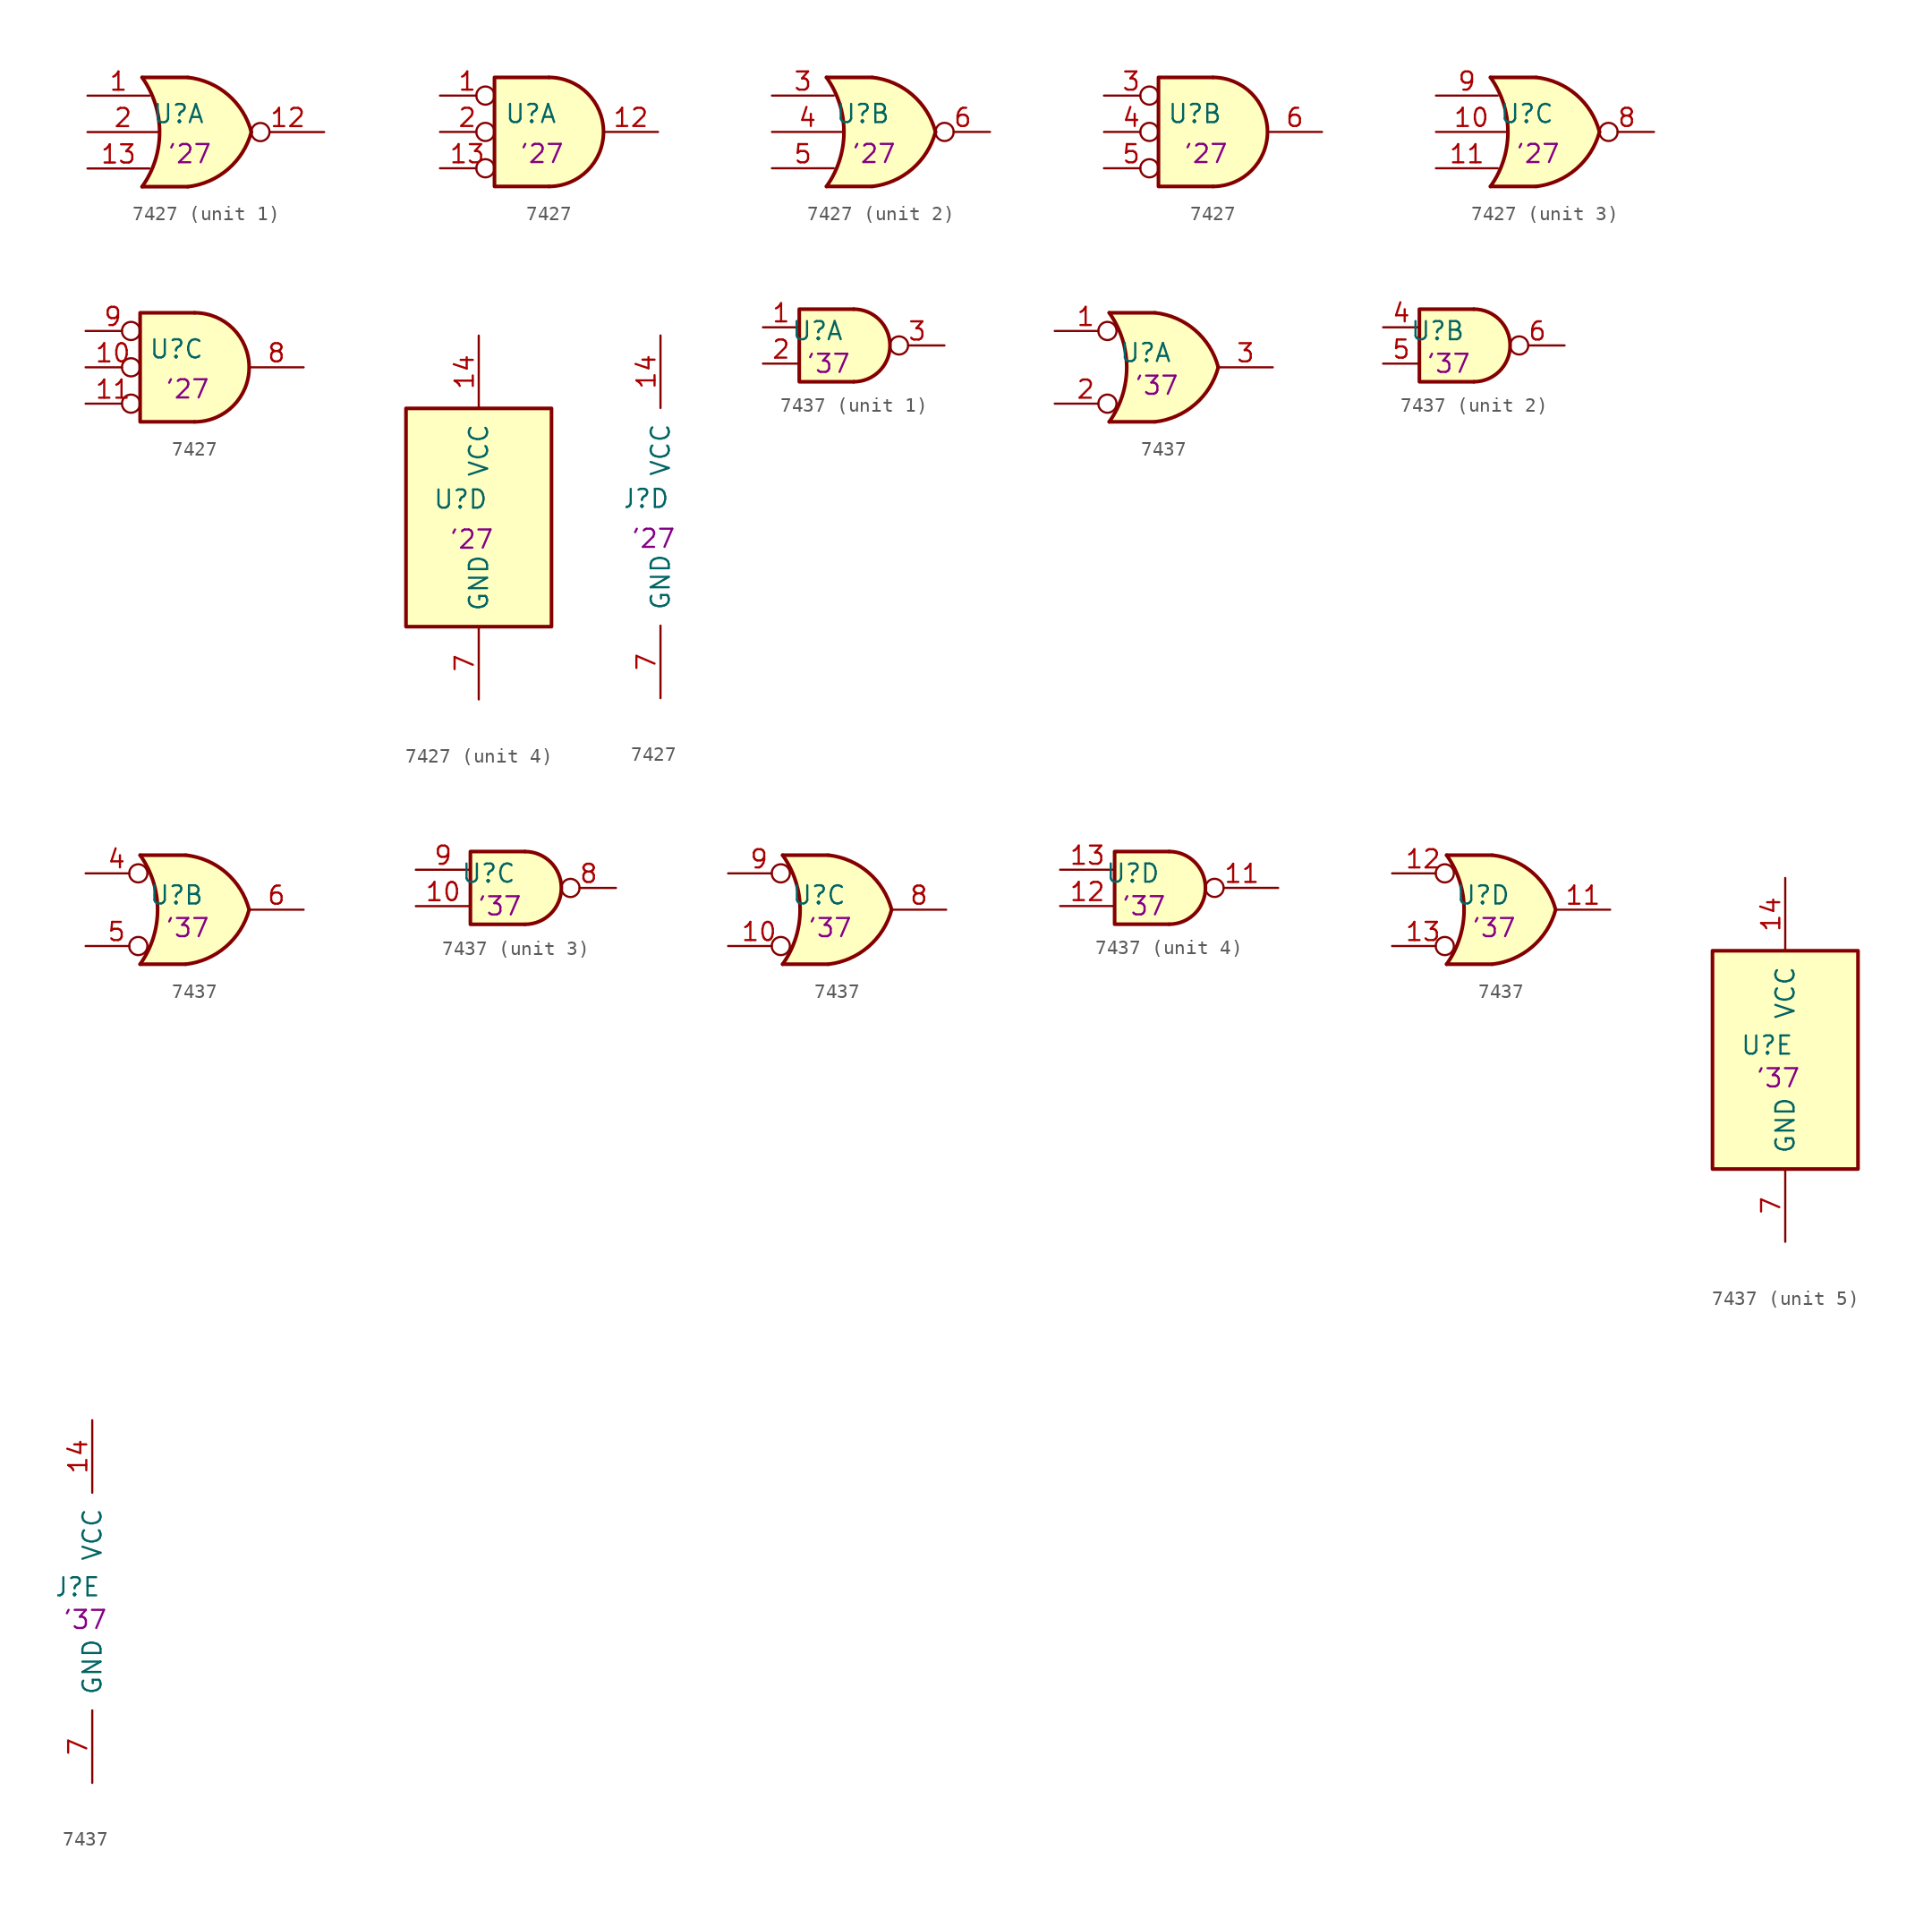
<source format=kicad_sym>
(kicad_symbol_lib
  (version 20241209)
  (generator "kicad_symbol_editor")
  (generator_version "9.0")
  (symbol "7427"
    (pin_names
      (offset 1.016))
    (property "Reference" "U"
      (at -1.27 1.27 0)
      (effects (font (size 1.27 1.27))))
    (property "Val" "'27"
      (at -0.508 -1.524 0)
      (effects (font (size 1.27 1.27))))
    (property "ki_locked" ""
      (at 0 0 0)
      (effects (font (size 1.27 1.27))))
    (symbol "7427_1_1"
      (arc (start -3.81 3.81) (mid -2.589 0) (end -3.81 -3.81) (stroke (width 0.254) (type default)) (fill (type none)))
      (polyline (pts (xy -3.81 3.81) (xy -0.635 3.81)) (stroke (width 0.254) (type default)) (fill (type background)))
      (polyline (pts (xy -3.81 -3.81) (xy -0.635 -3.81)) (stroke (width 0.254) (type default)) (fill (type background)))
      (arc (start 3.81 0) (mid 2.1855 -2.584) (end -0.6096 -3.81) (stroke (width 0.254) (type default)) (fill (type background)))
      (arc (start -0.6096 3.81) (mid 2.1928 2.5924) (end 3.81 0) (stroke (width 0.254) (type default)) (fill (type background)))
      (polyline (pts (xy -0.635 3.81) (xy -3.81 3.81) (xy -3.81 3.81) (xy -3.556 3.404) (xy -3.023 2.261) (xy -2.692 1.041) (xy -2.616 -0.254) (xy -2.769 -1.499) (xy -3.175 -2.718) (xy -3.81 -3.81) (xy -3.81 -3.81) (xy -0.635 -3.81)) (stroke (width -25.4) (type default)) (fill (type background)))
      (pin input line (at -7.62 2.54 0) (length 4.318) (name "~" (effects (font (size 1.27 1.27)))) (number "1" (effects (font (size 1.27 1.27)))))
      (pin input line (at -7.62 0 0) (length 4.953) (name "~" (effects (font (size 1.27 1.27)))) (number "2" (effects (font (size 1.27 1.27)))))
      (pin input line (at -7.62 -2.54 0) (length 4.318) (name "~" (effects (font (size 1.27 1.27)))) (number "13" (effects (font (size 1.27 1.27)))))
      (pin output inverted (at 8.89 0 180) (length 5.08) (name "~" (effects (font (size 1.27 1.27)))) (number "12" (effects (font (size 1.27 1.27))))))
    (symbol "7427_1_2"
      (arc (start 0 3.81) (mid 3.7934 0) (end 0 -3.81) (stroke (width 0.254) (type default)) (fill (type background)))
      (polyline (pts (xy 0 3.81) (xy -3.81 3.81) (xy -3.81 -3.81) (xy 0 -3.81)) (stroke (width 0.254) (type default)) (fill (type background)))
      (pin input inverted (at -7.62 2.54 0) (length 3.81) (name "~" (effects (font (size 1.27 1.27)))) (number "1" (effects (font (size 1.27 1.27)))))
      (pin input inverted (at -7.62 0 0) (length 3.81) (name "~" (effects (font (size 1.27 1.27)))) (number "2" (effects (font (size 1.27 1.27)))))
      (pin input inverted (at -7.62 -2.54 0) (length 3.81) (name "~" (effects (font (size 1.27 1.27)))) (number "13" (effects (font (size 1.27 1.27)))))
      (pin output line (at 7.62 0 180) (length 3.81) (name "~" (effects (font (size 1.27 1.27)))) (number "12" (effects (font (size 1.27 1.27))))))
    (symbol "7427_2_1"
      (arc (start -3.81 3.81) (mid -2.589 0) (end -3.81 -3.81) (stroke (width 0.254) (type default)) (fill (type none)))
      (polyline (pts (xy -3.81 3.81) (xy -0.635 3.81)) (stroke (width 0.254) (type default)) (fill (type background)))
      (polyline (pts (xy -3.81 -3.81) (xy -0.635 -3.81)) (stroke (width 0.254) (type default)) (fill (type background)))
      (arc (start 3.81 0) (mid 2.1855 -2.584) (end -0.6096 -3.81) (stroke (width 0.254) (type default)) (fill (type background)))
      (arc (start -0.6096 3.81) (mid 2.1928 2.5924) (end 3.81 0) (stroke (width 0.254) (type default)) (fill (type background)))
      (polyline (pts (xy -0.635 3.81) (xy -3.81 3.81) (xy -3.81 3.81) (xy -3.556 3.404) (xy -3.023 2.261) (xy -2.692 1.041) (xy -2.616 -0.254) (xy -2.769 -1.499) (xy -3.175 -2.718) (xy -3.81 -3.81) (xy -3.81 -3.81) (xy -0.635 -3.81)) (stroke (width -25.4) (type default)) (fill (type background)))
      (pin input line (at -7.62 2.54 0) (length 4.318) (name "~" (effects (font (size 1.27 1.27)))) (number "3" (effects (font (size 1.27 1.27)))))
      (pin input line (at -7.62 0 0) (length 4.953) (name "~" (effects (font (size 1.27 1.27)))) (number "4" (effects (font (size 1.27 1.27)))))
      (pin input line (at -7.62 -2.54 0) (length 4.318) (name "~" (effects (font (size 1.27 1.27)))) (number "5" (effects (font (size 1.27 1.27)))))
      (pin output inverted (at 7.62 0 180) (length 3.81) (name "~" (effects (font (size 1.27 1.27)))) (number "6" (effects (font (size 1.27 1.27))))))
    (symbol "7427_2_2"
      (arc (start 0 3.81) (mid 3.7934 0) (end 0 -3.81) (stroke (width 0.254) (type default)) (fill (type background)))
      (polyline (pts (xy 0 3.81) (xy -3.81 3.81) (xy -3.81 -3.81) (xy 0 -3.81)) (stroke (width 0.254) (type default)) (fill (type background)))
      (pin input inverted (at -7.62 2.54 0) (length 3.81) (name "~" (effects (font (size 1.27 1.27)))) (number "3" (effects (font (size 1.27 1.27)))))
      (pin input inverted (at -7.62 0 0) (length 3.81) (name "~" (effects (font (size 1.27 1.27)))) (number "4" (effects (font (size 1.27 1.27)))))
      (pin input inverted (at -7.62 -2.54 0) (length 3.81) (name "~" (effects (font (size 1.27 1.27)))) (number "5" (effects (font (size 1.27 1.27)))))
      (pin output line (at 7.62 0 180) (length 3.81) (name "~" (effects (font (size 1.27 1.27)))) (number "6" (effects (font (size 1.27 1.27))))))
    (symbol "7427_3_1"
      (arc (start -3.81 3.81) (mid -2.589 0) (end -3.81 -3.81) (stroke (width 0.254) (type default)) (fill (type none)))
      (polyline (pts (xy -3.81 3.81) (xy -0.635 3.81)) (stroke (width 0.254) (type default)) (fill (type background)))
      (polyline (pts (xy -3.81 -3.81) (xy -0.635 -3.81)) (stroke (width 0.254) (type default)) (fill (type background)))
      (arc (start 3.81 0) (mid 2.1855 -2.584) (end -0.6096 -3.81) (stroke (width 0.254) (type default)) (fill (type background)))
      (arc (start -0.6096 3.81) (mid 2.1928 2.5924) (end 3.81 0) (stroke (width 0.254) (type default)) (fill (type background)))
      (polyline (pts (xy -0.635 3.81) (xy -3.81 3.81) (xy -3.81 3.81) (xy -3.556 3.404) (xy -3.023 2.261) (xy -2.692 1.041) (xy -2.616 -0.254) (xy -2.769 -1.499) (xy -3.175 -2.718) (xy -3.81 -3.81) (xy -3.81 -3.81) (xy -0.635 -3.81)) (stroke (width -25.4) (type default)) (fill (type background)))
      (pin input line (at -7.62 2.54 0) (length 4.318) (name "~" (effects (font (size 1.27 1.27)))) (number "9" (effects (font (size 1.27 1.27)))))
      (pin input line (at -7.62 0 0) (length 4.953) (name "~" (effects (font (size 1.27 1.27)))) (number "10" (effects (font (size 1.27 1.27)))))
      (pin input line (at -7.62 -2.54 0) (length 4.318) (name "~" (effects (font (size 1.27 1.27)))) (number "11" (effects (font (size 1.27 1.27)))))
      (pin output inverted (at 7.62 0 180) (length 3.81) (name "~" (effects (font (size 1.27 1.27)))) (number "8" (effects (font (size 1.27 1.27))))))
    (symbol "7427_3_2"
      (arc (start 0 3.81) (mid 3.7934 0) (end 0 -3.81) (stroke (width 0.254) (type default)) (fill (type background)))
      (polyline (pts (xy 0 3.81) (xy -3.81 3.81) (xy -3.81 -3.81) (xy 0 -3.81)) (stroke (width 0.254) (type default)) (fill (type background)))
      (pin input inverted (at -7.62 2.54 0) (length 3.81) (name "~" (effects (font (size 1.27 1.27)))) (number "9" (effects (font (size 1.27 1.27)))))
      (pin input inverted (at -7.62 0 0) (length 3.81) (name "~" (effects (font (size 1.27 1.27)))) (number "10" (effects (font (size 1.27 1.27)))))
      (pin input inverted (at -7.62 -2.54 0) (length 3.81) (name "~" (effects (font (size 1.27 1.27)))) (number "11" (effects (font (size 1.27 1.27)))))
      (pin output line (at 7.62 0 180) (length 3.81) (name "~" (effects (font (size 1.27 1.27)))) (number "8" (effects (font (size 1.27 1.27))))))
    (symbol "7427_4_0"
      (pin power_in line (at 0 12.7 270) (length 5.08) (name "VCC" (effects (font (size 1.27 1.27)))) (number "14" (effects (font (size 1.27 1.27)))))
      (pin power_in line (at 0 -12.7 90) (length 5.08) (name "GND" (effects (font (size 1.27 1.27)))) (number "7" (effects (font (size 1.27 1.27))))))
    (symbol "7427_4_1"
      (rectangle (start -5.08 7.62) (end 5.08 -7.62) (stroke (width 0.254) (type default)) (fill (type background)))))
  (symbol "7437"
    (pin_names
      (offset 1.016))
    (property "Reference" "U"
      (at -1.27 1.016 0)
      (effects (font (size 1.27 1.27))))
    (property "Val" "'37"
      (at -0.508 -1.27 0)
      (effects (font (size 1.27 1.27))))
    (property "ki_locked" ""
      (at 0 0 0)
      (effects (font (size 1.27 1.27))))
    (symbol "7437_1_1"
      (polyline (pts (xy 1.27 2.54) (xy -2.54 2.54) (xy -2.54 -2.54) (xy 1.27 -2.54)) (stroke (width 0.254) (type default)) (fill (type background)))
      (arc (start 1.27 2.54) (mid 3.81 0) (end 1.27 -2.54) (stroke (width 0.254) (type default)) (fill (type background)))
      (pin input line (at -5.08 1.27 0) (length 2.54) (name "~" (effects (font (size 1.27 1.27)))) (number "1" (effects (font (size 1.27 1.27)))))
      (pin input line (at -5.08 -1.27 0) (length 2.54) (name "~" (effects (font (size 1.27 1.27)))) (number "2" (effects (font (size 1.27 1.27)))))
      (pin output inverted (at 7.62 0 180) (length 3.81) (name "~" (effects (font (size 1.27 1.27)))) (number "3" (effects (font (size 1.27 1.27))))))
    (symbol "7437_1_2"
      (arc (start -3.81 3.81) (mid -2.589 0) (end -3.81 -3.81) (stroke (width 0.254) (type default)) (fill (type none)))
      (polyline (pts (xy -3.81 3.81) (xy -0.635 3.81)) (stroke (width 0.254) (type default)) (fill (type background)))
      (polyline (pts (xy -3.81 -3.81) (xy -0.635 -3.81)) (stroke (width 0.254) (type default)) (fill (type background)))
      (arc (start 3.81 0) (mid 2.1855 -2.584) (end -0.6096 -3.81) (stroke (width 0.254) (type default)) (fill (type background)))
      (arc (start -0.6096 3.81) (mid 2.1928 2.5924) (end 3.81 0) (stroke (width 0.254) (type default)) (fill (type background)))
      (polyline (pts (xy -0.635 3.81) (xy -3.81 3.81) (xy -3.81 3.81) (xy -3.556 3.404) (xy -3.023 2.261) (xy -2.692 1.041) (xy -2.616 -0.254) (xy -2.769 -1.499) (xy -3.175 -2.718) (xy -3.81 -3.81) (xy -3.81 -3.81) (xy -0.635 -3.81)) (stroke (width -25.4) (type default)) (fill (type background)))
      (pin input inverted (at -7.62 2.54 0) (length 4.318) (name "~" (effects (font (size 1.27 1.27)))) (number "1" (effects (font (size 1.27 1.27)))))
      (pin input inverted (at -7.62 -2.54 0) (length 4.318) (name "~" (effects (font (size 1.27 1.27)))) (number "2" (effects (font (size 1.27 1.27)))))
      (pin output line (at 7.62 0 180) (length 3.81) (name "~" (effects (font (size 1.27 1.27)))) (number "3" (effects (font (size 1.27 1.27))))))
    (symbol "7437_2_1"
      (polyline (pts (xy 1.27 2.54) (xy -2.54 2.54) (xy -2.54 -2.54) (xy 1.27 -2.54)) (stroke (width 0.254) (type default)) (fill (type background)))
      (arc (start 1.27 2.54) (mid 3.81 0) (end 1.27 -2.54) (stroke (width 0.254) (type default)) (fill (type background)))
      (pin input line (at -5.08 1.27 0) (length 2.54) (name "~" (effects (font (size 1.27 1.27)))) (number "4" (effects (font (size 1.27 1.27)))))
      (pin input line (at -5.08 -1.27 0) (length 2.54) (name "~" (effects (font (size 1.27 1.27)))) (number "5" (effects (font (size 1.27 1.27)))))
      (pin output inverted (at 7.62 0 180) (length 3.81) (name "~" (effects (font (size 1.27 1.27)))) (number "6" (effects (font (size 1.27 1.27))))))
    (symbol "7437_2_2"
      (arc (start -3.81 3.81) (mid -2.589 0) (end -3.81 -3.81) (stroke (width 0.254) (type default)) (fill (type none)))
      (polyline (pts (xy -3.81 3.81) (xy -0.635 3.81)) (stroke (width 0.254) (type default)) (fill (type background)))
      (polyline (pts (xy -3.81 -3.81) (xy -0.635 -3.81)) (stroke (width 0.254) (type default)) (fill (type background)))
      (arc (start 3.81 0) (mid 2.1855 -2.584) (end -0.6096 -3.81) (stroke (width 0.254) (type default)) (fill (type background)))
      (arc (start -0.6096 3.81) (mid 2.1928 2.5924) (end 3.81 0) (stroke (width 0.254) (type default)) (fill (type background)))
      (polyline (pts (xy -0.635 3.81) (xy -3.81 3.81) (xy -3.81 3.81) (xy -3.556 3.404) (xy -3.023 2.261) (xy -2.692 1.041) (xy -2.616 -0.254) (xy -2.769 -1.499) (xy -3.175 -2.718) (xy -3.81 -3.81) (xy -3.81 -3.81) (xy -0.635 -3.81)) (stroke (width -25.4) (type default)) (fill (type background)))
      (pin input inverted (at -7.62 2.54 0) (length 4.318) (name "~" (effects (font (size 1.27 1.27)))) (number "4" (effects (font (size 1.27 1.27)))))
      (pin input inverted (at -7.62 -2.54 0) (length 4.318) (name "~" (effects (font (size 1.27 1.27)))) (number "5" (effects (font (size 1.27 1.27)))))
      (pin output line (at 7.62 0 180) (length 3.81) (name "~" (effects (font (size 1.27 1.27)))) (number "6" (effects (font (size 1.27 1.27))))))
    (symbol "7437_3_1"
      (polyline (pts (xy 1.27 2.54) (xy -2.54 2.54) (xy -2.54 -2.54) (xy 1.27 -2.54)) (stroke (width 0.254) (type default)) (fill (type background)))
      (arc (start 1.27 2.54) (mid 3.81 0) (end 1.27 -2.54) (stroke (width 0.254) (type default)) (fill (type background)))
      (pin input line (at -6.35 1.27 0) (length 3.81) (name "~" (effects (font (size 1.27 1.27)))) (number "9" (effects (font (size 1.27 1.27)))))
      (pin input line (at -6.35 -1.27 0) (length 3.81) (name "~" (effects (font (size 1.27 1.27)))) (number "10" (effects (font (size 1.27 1.27)))))
      (pin output inverted (at 7.62 0 180) (length 3.81) (name "~" (effects (font (size 1.27 1.27)))) (number "8" (effects (font (size 1.27 1.27))))))
    (symbol "7437_3_2"
      (arc (start -3.81 3.81) (mid -2.589 0) (end -3.81 -3.81) (stroke (width 0.254) (type default)) (fill (type none)))
      (polyline (pts (xy -3.81 3.81) (xy -0.635 3.81)) (stroke (width 0.254) (type default)) (fill (type background)))
      (polyline (pts (xy -3.81 -3.81) (xy -0.635 -3.81)) (stroke (width 0.254) (type default)) (fill (type background)))
      (arc (start 3.81 0) (mid 2.1855 -2.584) (end -0.6096 -3.81) (stroke (width 0.254) (type default)) (fill (type background)))
      (arc (start -0.6096 3.81) (mid 2.1928 2.5924) (end 3.81 0) (stroke (width 0.254) (type default)) (fill (type background)))
      (polyline (pts (xy -0.635 3.81) (xy -3.81 3.81) (xy -3.81 3.81) (xy -3.556 3.404) (xy -3.023 2.261) (xy -2.692 1.041) (xy -2.616 -0.254) (xy -2.769 -1.499) (xy -3.175 -2.718) (xy -3.81 -3.81) (xy -3.81 -3.81) (xy -0.635 -3.81)) (stroke (width -25.4) (type default)) (fill (type background)))
      (pin input inverted (at -7.62 2.54 0) (length 4.318) (name "~" (effects (font (size 1.27 1.27)))) (number "9" (effects (font (size 1.27 1.27)))))
      (pin input inverted (at -7.62 -2.54 0) (length 4.318) (name "~" (effects (font (size 1.27 1.27)))) (number "10" (effects (font (size 1.27 1.27)))))
      (pin output line (at 7.62 0 180) (length 3.81) (name "~" (effects (font (size 1.27 1.27)))) (number "8" (effects (font (size 1.27 1.27))))))
    (symbol "7437_4_1"
      (polyline (pts (xy 1.27 2.54) (xy -2.54 2.54) (xy -2.54 -2.54) (xy 1.27 -2.54)) (stroke (width 0.254) (type default)) (fill (type background)))
      (arc (start 1.27 2.54) (mid 3.81 0) (end 1.27 -2.54) (stroke (width 0.254) (type default)) (fill (type background)))
      (pin input line (at -6.35 1.27 0) (length 3.81) (name "~" (effects (font (size 1.27 1.27)))) (number "13" (effects (font (size 1.27 1.27)))))
      (pin input line (at -6.35 -1.27 0) (length 3.81) (name "~" (effects (font (size 1.27 1.27)))) (number "12" (effects (font (size 1.27 1.27)))))
      (pin output inverted (at 8.89 0 180) (length 5.08) (name "~" (effects (font (size 1.27 1.27)))) (number "11" (effects (font (size 1.27 1.27))))))
    (symbol "7437_4_2"
      (arc (start -3.81 3.81) (mid -2.589 0) (end -3.81 -3.81) (stroke (width 0.254) (type default)) (fill (type none)))
      (polyline (pts (xy -3.81 3.81) (xy -0.635 3.81)) (stroke (width 0.254) (type default)) (fill (type background)))
      (polyline (pts (xy -3.81 -3.81) (xy -0.635 -3.81)) (stroke (width 0.254) (type default)) (fill (type background)))
      (arc (start 3.81 0) (mid 2.1855 -2.584) (end -0.6096 -3.81) (stroke (width 0.254) (type default)) (fill (type background)))
      (arc (start -0.6096 3.81) (mid 2.1928 2.5924) (end 3.81 0) (stroke (width 0.254) (type default)) (fill (type background)))
      (polyline (pts (xy -0.635 3.81) (xy -3.81 3.81) (xy -3.81 3.81) (xy -3.556 3.404) (xy -3.023 2.261) (xy -2.692 1.041) (xy -2.616 -0.254) (xy -2.769 -1.499) (xy -3.175 -2.718) (xy -3.81 -3.81) (xy -3.81 -3.81) (xy -0.635 -3.81)) (stroke (width -25.4) (type default)) (fill (type background)))
      (pin input inverted (at -7.62 2.54 0) (length 4.318) (name "~" (effects (font (size 1.27 1.27)))) (number "12" (effects (font (size 1.27 1.27)))))
      (pin input inverted (at -7.62 -2.54 0) (length 4.318) (name "~" (effects (font (size 1.27 1.27)))) (number "13" (effects (font (size 1.27 1.27)))))
      (pin output line (at 7.62 0 180) (length 3.81) (name "~" (effects (font (size 1.27 1.27)))) (number "11" (effects (font (size 1.27 1.27))))))
    (symbol "7437_5_0"
      (pin power_in line (at 0 12.7 270) (length 5.08) (name "VCC" (effects (font (size 1.27 1.27)))) (number "14" (effects (font (size 1.27 1.27)))))
      (pin power_in line (at 0 -12.7 90) (length 5.08) (name "GND" (effects (font (size 1.27 1.27)))) (number "7" (effects (font (size 1.27 1.27))))))
    (symbol "7437_5_1"
      (rectangle (start -5.08 7.62) (end 5.08 -7.62) (stroke (width 0.254) (type default)) (fill (type background))))))
</source>
